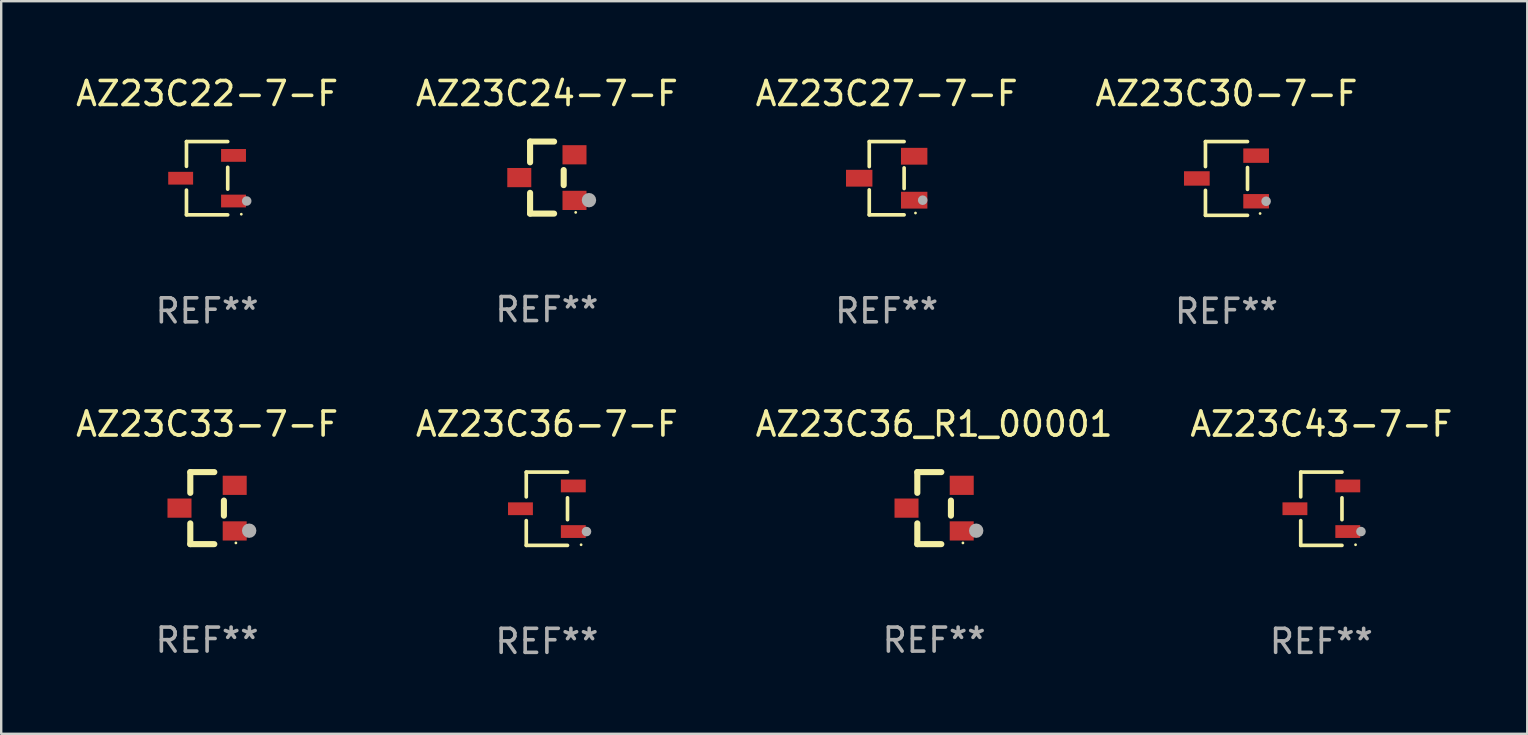
<source format=kicad_pcb>
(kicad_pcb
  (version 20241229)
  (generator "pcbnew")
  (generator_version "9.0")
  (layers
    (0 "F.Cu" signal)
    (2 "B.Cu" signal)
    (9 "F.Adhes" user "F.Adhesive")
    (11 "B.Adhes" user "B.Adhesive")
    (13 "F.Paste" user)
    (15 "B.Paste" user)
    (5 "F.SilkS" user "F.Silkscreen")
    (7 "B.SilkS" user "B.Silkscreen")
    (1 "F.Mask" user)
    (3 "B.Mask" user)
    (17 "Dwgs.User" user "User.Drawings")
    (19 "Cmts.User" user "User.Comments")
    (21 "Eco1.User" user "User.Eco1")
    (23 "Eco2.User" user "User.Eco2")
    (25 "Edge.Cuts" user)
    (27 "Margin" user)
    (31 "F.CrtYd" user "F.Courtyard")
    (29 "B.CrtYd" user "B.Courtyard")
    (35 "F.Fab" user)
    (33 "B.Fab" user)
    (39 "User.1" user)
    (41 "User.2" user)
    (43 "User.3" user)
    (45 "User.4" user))
  (footprint "AZ23C33-7-F"
    (layer "F.Cu")
    (at 5.577 18.117)
    (property "Reference" "AZ23C33-7-F" (at 0 -3.5 0) (layer "F.SilkS") (effects (font (size 1 1) (thickness 0.15))))
    (attr through_hole)
    (fp_line (start -0.7 -1.5) (end 0.3 -1.5) (stroke (width 0.254) (type solid)) (layer "F.SilkS"))
    (fp_line (start -0.7 -0.636) (end -0.7 -1.5) (stroke (width 0.254) (type solid)) (layer "F.SilkS"))
    (fp_line (start -0.7 1.5) (end -0.7 0.636) (stroke (width 0.254) (type solid)) (layer "F.SilkS"))
    (fp_line (start -0.7 1.5) (end 0.3 1.5) (stroke (width 0.254) (type solid)) (layer "F.SilkS"))
    (fp_line (start 0.7 0.314) (end 0.7 -0.314) (stroke (width 0.254) (type solid)) (layer "F.SilkS"))
    (fp_circle (center 1.2 1.45) (end 1.23 1.45) (stroke (width 0.06) (type solid)) (fill no) (layer "F.SilkS"))
    (fp_circle (center 1.753 0.94) (end 1.903 0.94) (stroke (width 0.3) (type solid)) (fill no) (layer "F.Fab"))
    (fp_text user "REF**" (at 0 5.5 0) (layer "F.Fab") (effects (font (size 1 1) (thickness 0.15))))
    (pad "1" smd rect (at 1.15 0.95 180) (size 1 0.8) (layers "F.Cu" "F.Mask" "F.Paste"))
    (pad "2" smd rect (at 1.15 -0.95 180) (size 1 0.8) (layers "F.Cu" "F.Mask" "F.Paste"))
    (pad "3" smd rect (at -1.15 -0.000051 180) (size 1 0.8) (layers "F.Cu" "F.Mask" "F.Paste")))
  (footprint "AZ23C36-7-F"
    (layer "F.Cu")
    (at 19.732 18.143)
    (property "Reference" "AZ23C36-7-F" (at 0 -3.526 0) (layer "F.SilkS") (effects (font (size 1 1) (thickness 0.15))))
    (attr through_hole)
    (fp_line (start -0.859 -1.526) (end -0.859 -0.495) (stroke (width 0.152) (type solid)) (layer "F.SilkS"))
    (fp_line (start -0.859 1.526) (end -0.859 0.495) (stroke (width 0.152) (type solid)) (layer "F.SilkS"))
    (fp_line (start 0.859 -1.526) (end -0.859 -1.526) (stroke (width 0.152) (type solid)) (layer "F.SilkS"))
    (fp_line (start 0.859 -0.455) (end 0.859 0.455) (stroke (width 0.152) (type solid)) (layer "F.SilkS"))
    (fp_line (start 0.859 1.526) (end -0.859 1.526) (stroke (width 0.152) (type solid)) (layer "F.SilkS"))
    (fp_circle (center 1.425 1.5) (end 1.455 1.5) (stroke (width 0.06) (type solid)) (fill no) (layer "F.SilkS"))
    (fp_circle (center 1.65 0.95) (end 1.75 0.95) (stroke (width 0.2) (type solid)) (fill no) (layer "F.Fab"))
    (fp_text user "REF**" (at 0 5.526 0) (layer "F.Fab") (effects (font (size 1 1) (thickness 0.15))))
    (pad "1" smd rect (at 1.101 0.95) (size 1.037 0.532) (layers "F.Cu" "F.Mask" "F.Paste"))
    (pad "2" smd rect (at 1.101 -0.95) (size 1.037 0.532) (layers "F.Cu" "F.Mask" "F.Paste"))
    (pad "3" smd rect (at -1.101 0) (size 1.037 0.532) (layers "F.Cu" "F.Mask" "F.Paste")))
  (footprint "AZ23C43-7-F"
    (layer "F.Cu")
    (at 51.994 18.143)
    (property "Reference" "AZ23C43-7-F" (at 0 -3.526 0) (layer "F.SilkS") (effects (font (size 1 1) (thickness 0.15))))
    (attr through_hole)
    (fp_line (start -0.859 -1.526) (end -0.859 -0.495) (stroke (width 0.152) (type solid)) (layer "F.SilkS"))
    (fp_line (start -0.859 1.526) (end -0.859 0.495) (stroke (width 0.152) (type solid)) (layer "F.SilkS"))
    (fp_line (start 0.859 -1.526) (end -0.859 -1.526) (stroke (width 0.152) (type solid)) (layer "F.SilkS"))
    (fp_line (start 0.859 -0.455) (end 0.859 0.455) (stroke (width 0.152) (type solid)) (layer "F.SilkS"))
    (fp_line (start 0.859 1.526) (end -0.859 1.526) (stroke (width 0.152) (type solid)) (layer "F.SilkS"))
    (fp_circle (center 1.425 1.5) (end 1.455 1.5) (stroke (width 0.06) (type solid)) (fill no) (layer "F.SilkS"))
    (fp_circle (center 1.65 0.95) (end 1.75 0.95) (stroke (width 0.2) (type solid)) (fill no) (layer "F.Fab"))
    (fp_text user "REF**" (at 0 5.526 0) (layer "F.Fab") (effects (font (size 1 1) (thickness 0.15))))
    (pad "1" smd rect (at 1.101 0.95) (size 1.037 0.532) (layers "F.Cu" "F.Mask" "F.Paste"))
    (pad "2" smd rect (at 1.101 -0.95) (size 1.037 0.532) (layers "F.Cu" "F.Mask" "F.Paste"))
    (pad "3" smd rect (at -1.101 0) (size 1.037 0.532) (layers "F.Cu" "F.Mask" "F.Paste")))
  (footprint "AZ23C22-7-F"
    (layer "F.Cu")
    (at 5.577 4.374)
    (property "Reference" "AZ23C22-7-F" (at 0 -3.526 0) (layer "F.SilkS") (effects (font (size 1 1) (thickness 0.15))))
    (attr through_hole)
    (fp_line (start -0.859 -1.526) (end -0.859 -0.495) (stroke (width 0.152) (type solid)) (layer "F.SilkS"))
    (fp_line (start -0.859 1.526) (end -0.859 0.495) (stroke (width 0.152) (type solid)) (layer "F.SilkS"))
    (fp_line (start 0.859 -1.526) (end -0.859 -1.526) (stroke (width 0.152) (type solid)) (layer "F.SilkS"))
    (fp_line (start 0.859 -0.455) (end 0.859 0.455) (stroke (width 0.152) (type solid)) (layer "F.SilkS"))
    (fp_line (start 0.859 1.526) (end -0.859 1.526) (stroke (width 0.152) (type solid)) (layer "F.SilkS"))
    (fp_circle (center 1.425 1.5) (end 1.455 1.5) (stroke (width 0.06) (type solid)) (fill no) (layer "F.SilkS"))
    (fp_circle (center 1.65 0.95) (end 1.75 0.95) (stroke (width 0.2) (type solid)) (fill no) (layer "F.Fab"))
    (fp_text user "REF**" (at 0 5.526 0) (layer "F.Fab") (effects (font (size 1 1) (thickness 0.15))))
    (pad "1" smd rect (at 1.101 0.95) (size 1.037 0.532) (layers "F.Cu" "F.Mask" "F.Paste"))
    (pad "2" smd rect (at 1.101 -0.95) (size 1.037 0.532) (layers "F.Cu" "F.Mask" "F.Paste"))
    (pad "3" smd rect (at -1.101 0) (size 1.037 0.532) (layers "F.Cu" "F.Mask" "F.Paste")))
  (footprint "AZ23C30-7-F"
    (layer "F.Cu")
    (at 48.042 4.384)
    (property "Reference" "AZ23C30-7-F" (at 0 -3.536 0) (layer "F.SilkS") (effects (font (size 1 1) (thickness 0.15))))
    (attr through_hole)
    (fp_line (start -0.876 -1.536) (end -0.876 -0.495) (stroke (width 0.152) (type solid)) (layer "F.SilkS"))
    (fp_line (start -0.876 1.536) (end -0.876 0.495) (stroke (width 0.152) (type solid)) (layer "F.SilkS"))
    (fp_line (start 0.876 -1.536) (end -0.876 -1.536) (stroke (width 0.152) (type solid)) (layer "F.SilkS"))
    (fp_line (start 0.876 -0.455) (end 0.876 0.455) (stroke (width 0.152) (type solid)) (layer "F.SilkS"))
    (fp_line (start 0.876 1.536) (end -0.876 1.536) (stroke (width 0.152) (type solid)) (layer "F.SilkS"))
    (fp_circle (center 1.4 1.46) (end 1.43 1.46) (stroke (width 0.06) (type solid)) (fill no) (layer "F.SilkS"))
    (fp_circle (center 1.651 0.95) (end 1.751 0.95) (stroke (width 0.2) (type solid)) (fill no) (layer "F.Fab"))
    (fp_text user "REF**" (at 0 5.536 0) (layer "F.Fab") (effects (font (size 1 1) (thickness 0.15))))
    (pad "1" smd rect (at 1.235 0.95) (size 1.07 0.6) (layers "F.Cu" "F.Mask" "F.Paste"))
    (pad "2" smd rect (at 1.235 -0.95) (size 1.07 0.6) (layers "F.Cu" "F.Mask" "F.Paste"))
    (pad "3" smd rect (at -1.235 0) (size 1.07 0.6) (layers "F.Cu" "F.Mask" "F.Paste")))
  (footprint "AZ23C24-7-F"
    (layer "F.Cu")
    (at 19.732 4.348)
    (property "Reference" "AZ23C24-7-F" (at 0 -3.5 0) (layer "F.SilkS") (effects (font (size 1 1) (thickness 0.15))))
    (attr through_hole)
    (fp_line (start -0.7 -1.5) (end 0.3 -1.5) (stroke (width 0.254) (type solid)) (layer "F.SilkS"))
    (fp_line (start -0.7 -0.636) (end -0.7 -1.5) (stroke (width 0.254) (type solid)) (layer "F.SilkS"))
    (fp_line (start -0.7 1.5) (end -0.7 0.636) (stroke (width 0.254) (type solid)) (layer "F.SilkS"))
    (fp_line (start -0.7 1.5) (end 0.3 1.5) (stroke (width 0.254) (type solid)) (layer "F.SilkS"))
    (fp_line (start 0.7 0.314) (end 0.7 -0.314) (stroke (width 0.254) (type solid)) (layer "F.SilkS"))
    (fp_circle (center 1.2 1.45) (end 1.23 1.45) (stroke (width 0.06) (type solid)) (fill no) (layer "F.SilkS"))
    (fp_circle (center 1.753 0.94) (end 1.903 0.94) (stroke (width 0.3) (type solid)) (fill no) (layer "F.Fab"))
    (fp_text user "REF**" (at 0 5.5 0) (layer "F.Fab") (effects (font (size 1 1) (thickness 0.15))))
    (pad "1" smd rect (at 1.15 0.95 180) (size 1 0.8) (layers "F.Cu" "F.Mask" "F.Paste"))
    (pad "2" smd rect (at 1.15 -0.95 180) (size 1 0.8) (layers "F.Cu" "F.Mask" "F.Paste"))
    (pad "3" smd rect (at -1.15 -0.000051 180) (size 1 0.8) (layers "F.Cu" "F.Mask" "F.Paste")))
  (footprint "AZ23C36_R1_00001"
    (layer "F.Cu")
    (at 35.863 18.117)
    (property "Reference" "AZ23C36_R1_00001" (at 0 -3.5 0) (layer "F.SilkS") (effects (font (size 1 1) (thickness 0.15))))
    (attr through_hole)
    (fp_line (start -0.7 -1.5) (end 0.3 -1.5) (stroke (width 0.254) (type solid)) (layer "F.SilkS"))
    (fp_line (start -0.7 -0.636) (end -0.7 -1.5) (stroke (width 0.254) (type solid)) (layer "F.SilkS"))
    (fp_line (start -0.7 1.5) (end -0.7 0.636) (stroke (width 0.254) (type solid)) (layer "F.SilkS"))
    (fp_line (start -0.7 1.5) (end 0.3 1.5) (stroke (width 0.254) (type solid)) (layer "F.SilkS"))
    (fp_line (start 0.7 0.314) (end 0.7 -0.314) (stroke (width 0.254) (type solid)) (layer "F.SilkS"))
    (fp_circle (center 1.2 1.45) (end 1.23 1.45) (stroke (width 0.06) (type solid)) (fill no) (layer "F.SilkS"))
    (fp_circle (center 1.753 0.94) (end 1.903 0.94) (stroke (width 0.3) (type solid)) (fill no) (layer "F.Fab"))
    (fp_text user "REF**" (at 0 5.5 0) (layer "F.Fab") (effects (font (size 1 1) (thickness 0.15))))
    (pad "1" smd rect (at 1.15 0.95 180) (size 1 0.8) (layers "F.Cu" "F.Mask" "F.Paste"))
    (pad "2" smd rect (at 1.15 -0.95 180) (size 1 0.8) (layers "F.Cu" "F.Mask" "F.Paste"))
    (pad "3" smd rect (at -1.15 -0.000051 180) (size 1 0.8) (layers "F.Cu" "F.Mask" "F.Paste")))
  (footprint "AZ23C27-7-F"
    (layer "F.Cu")
    (at 33.887 4.374)
    (property "Reference" "AZ23C27-7-F" (at 0 -3.526 0) (layer "F.SilkS") (effects (font (size 1 1) (thickness 0.15))))
    (attr through_hole)
    (fp_line (start -0.726 -1.526) (end -0.726 -0.485) (stroke (width 0.152) (type solid)) (layer "F.SilkS"))
    (fp_line (start -0.726 1.526) (end -0.726 0.485) (stroke (width 0.152) (type solid)) (layer "F.SilkS"))
    (fp_line (start 0.726 -1.526) (end -0.726 -1.526) (stroke (width 0.152) (type solid)) (layer "F.SilkS"))
    (fp_line (start 0.726 -0.43) (end 0.726 0.43) (stroke (width 0.152) (type solid)) (layer "F.SilkS"))
    (fp_line (start 0.726 1.526) (end -0.726 1.526) (stroke (width 0.152) (type solid)) (layer "F.SilkS"))
    (fp_circle (center 1.2 1.45) (end 1.23 1.45) (stroke (width 0.06) (type solid)) (fill no) (layer "F.SilkS"))
    (fp_circle (center 1.5 0.915) (end 1.6 0.915) (stroke (width 0.2) (type solid)) (fill no) (layer "F.Fab"))
    (fp_text user "REF**" (at 0 5.526 0) (layer "F.Fab") (effects (font (size 1 1) (thickness 0.15))))
    (pad "1" smd rect (at 1.145 0.915 90) (size 0.7 1.1) (layers "F.Cu" "F.Mask" "F.Paste"))
    (pad "2" smd rect (at 1.145 -0.915 90) (size 0.7 1.1) (layers "F.Cu" "F.Mask" "F.Paste"))
    (pad "3" smd rect (at -1.145 0.000051 90) (size 0.7 1.1) (layers "F.Cu" "F.Mask" "F.Paste")))
  (gr_rect
    (start -3 -3)
    (end 60.571 27.518)
    (stroke (width 0.1) (type default))
    (fill no)
    (layer "Edge.Cuts")))
</source>
